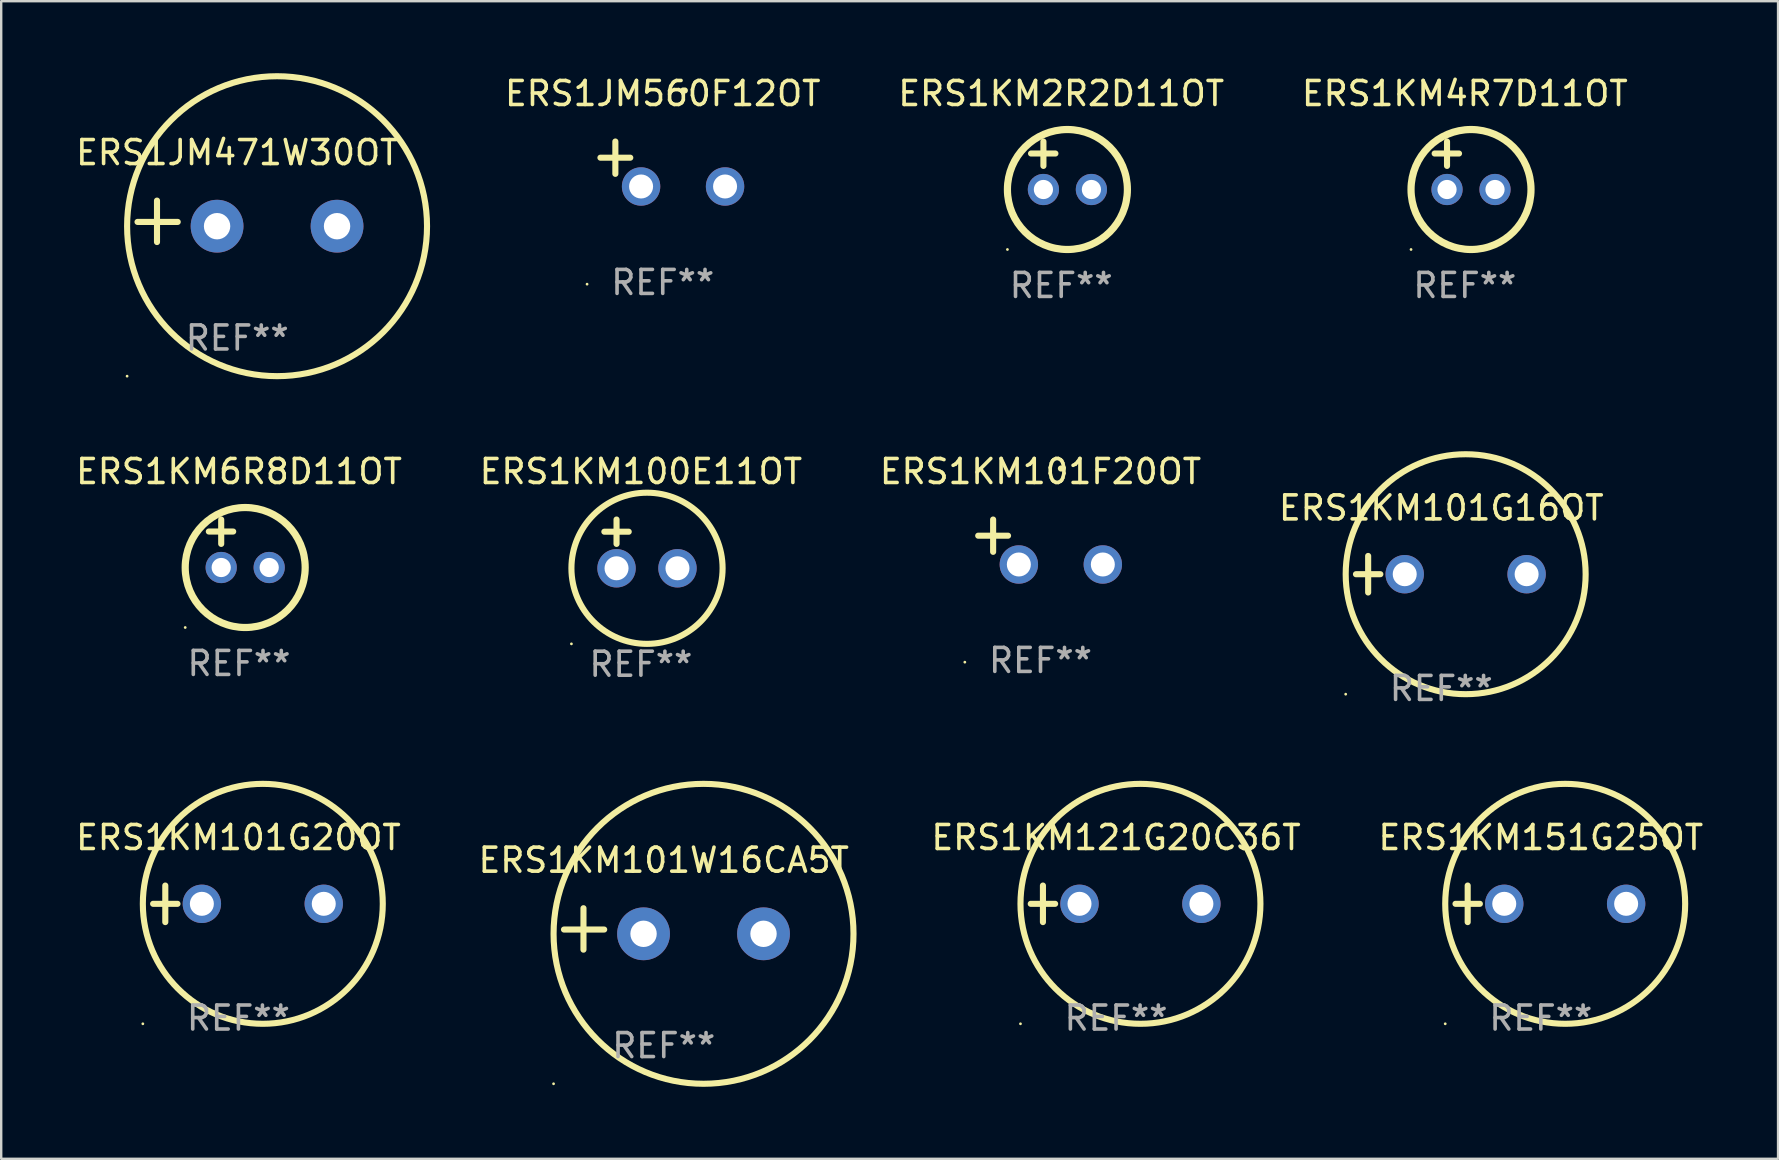
<source format=kicad_pcb>
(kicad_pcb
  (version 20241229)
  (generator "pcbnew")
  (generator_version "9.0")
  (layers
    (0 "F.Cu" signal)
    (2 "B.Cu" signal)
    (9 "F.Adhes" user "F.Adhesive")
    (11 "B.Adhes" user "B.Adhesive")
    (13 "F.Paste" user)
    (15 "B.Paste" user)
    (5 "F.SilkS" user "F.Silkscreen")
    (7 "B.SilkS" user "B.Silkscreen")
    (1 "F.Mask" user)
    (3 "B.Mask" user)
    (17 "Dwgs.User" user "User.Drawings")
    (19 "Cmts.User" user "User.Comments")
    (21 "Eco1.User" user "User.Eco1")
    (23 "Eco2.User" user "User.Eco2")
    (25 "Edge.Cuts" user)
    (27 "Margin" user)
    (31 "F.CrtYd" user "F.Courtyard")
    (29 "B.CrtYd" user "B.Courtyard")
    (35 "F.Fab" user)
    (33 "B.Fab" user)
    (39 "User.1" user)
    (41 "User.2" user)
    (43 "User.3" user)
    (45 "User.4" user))
  (footprint "ERS1KM101F20OT"
    (layer "F.Cu")
    (at 40.315 19.539)
    (property "Reference" "ERS1KM101F20OT" (at 0 -2.937 0) (layer "F.SilkS") (effects (font (size 1 1) (thickness 0.15))))
    (attr through_hole)
    (fp_line (start -1.975 0.41) (end -1.975 -0.937) (stroke (width 0.254) (type solid)) (layer "F.SilkS"))
    (fp_line (start -1.353 -0.263) (end -2.597 -0.263) (stroke (width 0.254) (type solid)) (layer "F.SilkS"))
    (fp_arc (start 0.849809 -3.063957) (mid 0.885369 -3.064114) (end 0.920929 -3.063957) (stroke (width 0.254001) (type solid)) (layer "F.SilkS"))
    (fp_circle (center -3.154 5.008) (end -3.124 5.008) (stroke (width 0.06) (type solid)) (fill no) (layer "F.SilkS"))
    (fp_text user "REF**" (at 0 4.937 0) (layer "F.Fab") (effects (font (size 1 1) (thickness 0.15))))
    (pad "1" thru_hole circle (at -0.903 0.937) (size 1.6 1.6) (drill 1) (layers "*.Cu" "*.Mask"))
    (pad "2" thru_hole circle (at 2.597 0.937) (size 1.6 1.6) (drill 1) (layers "*.Cu" "*.Mask")))
  (footprint "ERS1KM121G20C36T"
    (layer "F.Cu")
    (at 43.464 34.618)
    (property "Reference" "ERS1KM121G20C36T" (at 0 -2.762 0) (layer "F.SilkS") (effects (font (size 1 1) (thickness 0.15))))
    (attr through_hole)
    (fp_line (start -3.556 0) (end -2.54 0) (stroke (width 0.254) (type solid)) (layer "F.SilkS"))
    (fp_line (start -3.048 -0.762) (end -3.048 0.762) (stroke (width 0.254) (type solid)) (layer "F.SilkS"))
    (fp_circle (center -3.984 5) (end -3.954 5) (stroke (width 0.06) (type solid)) (fill no) (layer "F.SilkS"))
    (fp_circle (center 1.016 0) (end 6.016 0) (stroke (width 0.254) (type solid)) (fill no) (layer "F.SilkS"))
    (fp_text user "REF**" (at 0 4.762 0) (layer "F.Fab") (effects (font (size 1 1) (thickness 0.15))))
    (pad "1" thru_hole circle (at -1.524 0) (size 1.6 1.6) (drill 1) (layers "*.Cu" "*.Mask"))
    (pad "2" thru_hole circle (at 3.556 0) (size 1.6 1.6) (drill 1) (layers "*.Cu" "*.Mask")))
  (footprint "ERS1KM101W16CA5T"
    (layer "F.Cu")
    (at 24.613 35.665)
    (property "Reference" "ERS1KM101W16CA5T" (at 0 -2.864 0) (layer "F.SilkS") (effects (font (size 1 1) (thickness 0.15))))
    (attr through_hole)
    (fp_line (start -3.346 0.864) (end -3.346 -0.864) (stroke (width 0.254) (type solid)) (layer "F.SilkS"))
    (fp_line (start -2.482 0.025) (end -4.158 0.025) (stroke (width 0.254) (type solid)) (layer "F.SilkS"))
    (fp_circle (center -4.592 6.453) (end -4.562 6.453) (stroke (width 0.06) (type solid)) (fill no) (layer "F.SilkS"))
    (fp_circle (center 1.658 0.203) (end 7.908 0.203) (stroke (width 0.254) (type solid)) (fill no) (layer "F.SilkS"))
    (fp_text user "REF**" (at 0 4.864 0) (layer "F.Fab") (effects (font (size 1 1) (thickness 0.15))))
    (pad "1" thru_hole circle (at -0.842 0.203) (size 2.2 2.2) (drill 1.1) (layers "*.Cu" "*.Mask"))
    (pad "2" thru_hole circle (at 4.158 0.203) (size 2.2 2.2) (drill 1.1) (layers "*.Cu" "*.Mask")))
  (footprint "ERS1JM471W30OT"
    (layer "F.Cu")
    (at 6.839 6.174)
    (property "Reference" "ERS1JM471W30OT" (at 0 -2.864 0) (layer "F.SilkS") (effects (font (size 1 1) (thickness 0.15))))
    (attr through_hole)
    (fp_line (start -3.346 0.864) (end -3.346 -0.864) (stroke (width 0.254) (type solid)) (layer "F.SilkS"))
    (fp_line (start -2.482 0.025) (end -4.158 0.025) (stroke (width 0.254) (type solid)) (layer "F.SilkS"))
    (fp_circle (center -4.592 6.453) (end -4.562 6.453) (stroke (width 0.06) (type solid)) (fill no) (layer "F.SilkS"))
    (fp_circle (center 1.658 0.203) (end 7.908 0.203) (stroke (width 0.254) (type solid)) (fill no) (layer "F.SilkS"))
    (fp_text user "REF**" (at 0 4.864 0) (layer "F.Fab") (effects (font (size 1 1) (thickness 0.15))))
    (pad "1" thru_hole circle (at -0.842 0.203) (size 2.2 2.2) (drill 1.1) (layers "*.Cu" "*.Mask"))
    (pad "2" thru_hole circle (at 4.158 0.203) (size 2.2 2.2) (drill 1.1) (layers "*.Cu" "*.Mask")))
  (footprint "ERS1KM101G20OT"
    (layer "F.Cu")
    (at 6.887 34.618)
    (property "Reference" "ERS1KM101G20OT" (at 0 -2.762 0) (layer "F.SilkS") (effects (font (size 1 1) (thickness 0.15))))
    (attr through_hole)
    (fp_line (start -3.556 0) (end -2.54 0) (stroke (width 0.254) (type solid)) (layer "F.SilkS"))
    (fp_line (start -3.048 -0.762) (end -3.048 0.762) (stroke (width 0.254) (type solid)) (layer "F.SilkS"))
    (fp_circle (center -3.984 5) (end -3.954 5) (stroke (width 0.06) (type solid)) (fill no) (layer "F.SilkS"))
    (fp_circle (center 1.016 0) (end 6.016 0) (stroke (width 0.254) (type solid)) (fill no) (layer "F.SilkS"))
    (fp_text user "REF**" (at 0 4.762 0) (layer "F.Fab") (effects (font (size 1 1) (thickness 0.15))))
    (pad "1" thru_hole circle (at -1.524 0) (size 1.6 1.6) (drill 1) (layers "*.Cu" "*.Mask"))
    (pad "2" thru_hole circle (at 3.556 0) (size 1.6 1.6) (drill 1) (layers "*.Cu" "*.Mask")))
  (footprint "ERS1KM2R2D11OT"
    (layer "F.Cu")
    (at 41.178 3.848)
    (property "Reference" "ERS1KM2R2D11OT" (at 0 -3 0) (layer "F.SilkS") (effects (font (size 1 1) (thickness 0.15))))
    (attr through_hole)
    (fp_line (start -1.258 -0.5) (end -0.242 -0.5) (stroke (width 0.254) (type solid)) (layer "F.SilkS"))
    (fp_line (start -0.742 -1) (end -0.742 0.016) (stroke (width 0.254) (type solid)) (layer "F.SilkS"))
    (fp_circle (center -2.242 3.5) (end -2.212 3.5) (stroke (width 0.06) (type solid)) (fill no) (layer "F.SilkS"))
    (fp_circle (center 0.258 1) (end 2.758 1) (stroke (width 0.3) (type solid)) (fill no) (layer "F.SilkS"))
    (fp_text user "REF**" (at 0 5 0) (layer "F.Fab") (effects (font (size 1 1) (thickness 0.15))))
    (pad "1" thru_hole circle (at -0.742 1) (size 1.3 1.3) (drill 0.8) (layers "*.Cu" "*.Mask"))
    (pad "2" thru_hole circle (at 1.258 1) (size 1.3 1.3) (drill 0.8) (layers "*.Cu" "*.Mask")))
  (footprint "ERS1JM560F12OT"
    (layer "F.Cu")
    (at 24.571 3.785)
    (property "Reference" "ERS1JM560F12OT" (at 0 -2.937 0) (layer "F.SilkS") (effects (font (size 1 1) (thickness 0.15))))
    (attr through_hole)
    (fp_line (start -1.975 0.41) (end -1.975 -0.937) (stroke (width 0.254) (type solid)) (layer "F.SilkS"))
    (fp_line (start -1.353 -0.263) (end -2.597 -0.263) (stroke (width 0.254) (type solid)) (layer "F.SilkS"))
    (fp_arc (start 0.849809 -3.063957) (mid 0.885369 -3.064114) (end 0.920929 -3.063957) (stroke (width 0.254001) (type solid)) (layer "F.SilkS"))
    (fp_circle (center -3.154 5.008) (end -3.124 5.008) (stroke (width 0.06) (type solid)) (fill no) (layer "F.SilkS"))
    (fp_text user "REF**" (at 0 4.937 0) (layer "F.Fab") (effects (font (size 1 1) (thickness 0.15))))
    (pad "1" thru_hole circle (at -0.903 0.937) (size 1.6 1.6) (drill 1) (layers "*.Cu" "*.Mask"))
    (pad "2" thru_hole circle (at 2.597 0.937) (size 1.6 1.6) (drill 1) (layers "*.Cu" "*.Mask")))
  (footprint "ERS1KM4R7D11OT"
    (layer "F.Cu")
    (at 57.999 3.848)
    (property "Reference" "ERS1KM4R7D11OT" (at 0 -3 0) (layer "F.SilkS") (effects (font (size 1 1) (thickness 0.15))))
    (attr through_hole)
    (fp_line (start -1.258 -0.5) (end -0.242 -0.5) (stroke (width 0.254) (type solid)) (layer "F.SilkS"))
    (fp_line (start -0.742 -1) (end -0.742 0.016) (stroke (width 0.254) (type solid)) (layer "F.SilkS"))
    (fp_circle (center -2.242 3.5) (end -2.212 3.5) (stroke (width 0.06) (type solid)) (fill no) (layer "F.SilkS"))
    (fp_circle (center 0.258 1) (end 2.758 1) (stroke (width 0.3) (type solid)) (fill no) (layer "F.SilkS"))
    (fp_text user "REF**" (at 0 5 0) (layer "F.Fab") (effects (font (size 1 1) (thickness 0.15))))
    (pad "1" thru_hole circle (at -0.742 1) (size 1.3 1.3) (drill 0.8) (layers "*.Cu" "*.Mask"))
    (pad "2" thru_hole circle (at 1.258 1) (size 1.3 1.3) (drill 0.8) (layers "*.Cu" "*.Mask")))
  (footprint "ERS1KM101G16OT"
    (layer "F.Cu")
    (at 57.018 20.881)
    (property "Reference" "ERS1KM101G16OT" (at 0 -2.762 0) (layer "F.SilkS") (effects (font (size 1 1) (thickness 0.15))))
    (attr through_hole)
    (fp_line (start -3.556 0) (end -2.54 0) (stroke (width 0.254) (type solid)) (layer "F.SilkS"))
    (fp_line (start -3.048 -0.762) (end -3.048 0.762) (stroke (width 0.254) (type solid)) (layer "F.SilkS"))
    (fp_circle (center -3.984 5) (end -3.954 5) (stroke (width 0.06) (type solid)) (fill no) (layer "F.SilkS"))
    (fp_circle (center 1.016 0) (end 6.016 0) (stroke (width 0.254) (type solid)) (fill no) (layer "F.SilkS"))
    (fp_text user "REF**" (at 0 4.762 0) (layer "F.Fab") (effects (font (size 1 1) (thickness 0.15))))
    (pad "1" thru_hole circle (at -1.524 0) (size 1.6 1.6) (drill 1) (layers "*.Cu" "*.Mask"))
    (pad "2" thru_hole circle (at 3.556 0) (size 1.6 1.6) (drill 1) (layers "*.Cu" "*.Mask")))
  (footprint "ERS1KM6R8D11OT"
    (layer "F.Cu")
    (at 6.911 19.602)
    (property "Reference" "ERS1KM6R8D11OT" (at 0 -3 0) (layer "F.SilkS") (effects (font (size 1 1) (thickness 0.15))))
    (attr through_hole)
    (fp_line (start -1.258 -0.5) (end -0.242 -0.5) (stroke (width 0.254) (type solid)) (layer "F.SilkS"))
    (fp_line (start -0.742 -1) (end -0.742 0.016) (stroke (width 0.254) (type solid)) (layer "F.SilkS"))
    (fp_circle (center -2.242 3.5) (end -2.212 3.5) (stroke (width 0.06) (type solid)) (fill no) (layer "F.SilkS"))
    (fp_circle (center 0.258 1) (end 2.758 1) (stroke (width 0.3) (type solid)) (fill no) (layer "F.SilkS"))
    (fp_text user "REF**" (at 0 5 0) (layer "F.Fab") (effects (font (size 1 1) (thickness 0.15))))
    (pad "1" thru_hole circle (at -0.742 1) (size 1.3 1.3) (drill 0.8) (layers "*.Cu" "*.Mask"))
    (pad "2" thru_hole circle (at 1.258 1) (size 1.3 1.3) (drill 0.8) (layers "*.Cu" "*.Mask")))
  (footprint "ERS1KM100E11OT"
    (layer "F.Cu")
    (at 23.661 19.618)
    (property "Reference" "ERS1KM100E11OT" (at 0 -3.016 0) (layer "F.SilkS") (effects (font (size 1 1) (thickness 0.15))))
    (attr through_hole)
    (fp_line (start -1.524 -0.508) (end -0.508 -0.508) (stroke (width 0.254) (type solid)) (layer "F.SilkS"))
    (fp_line (start -1.016 -1.016) (end -1.016 0) (stroke (width 0.254) (type solid)) (layer "F.SilkS"))
    (fp_circle (center -2.896 4.166) (end -2.866 4.166) (stroke (width 0.06) (type solid)) (fill no) (layer "F.SilkS"))
    (fp_circle (center 0.254 1.016) (end 3.404 1.016) (stroke (width 0.254) (type solid)) (fill no) (layer "F.SilkS"))
    (fp_text user "REF**" (at 0 5.016 0) (layer "F.Fab") (effects (font (size 1 1) (thickness 0.15))))
    (pad "1" thru_hole circle (at -1.016 1.016) (size 1.6 1.6) (drill 1) (layers "*.Cu" "*.Mask"))
    (pad "2" thru_hole circle (at 1.524 1.016) (size 1.6 1.6) (drill 1) (layers "*.Cu" "*.Mask")))
  (footprint "ERS1KM151G25OT"
    (layer "F.Cu")
    (at 61.166 34.618)
    (property "Reference" "ERS1KM151G25OT" (at 0 -2.762 0) (layer "F.SilkS") (effects (font (size 1 1) (thickness 0.15))))
    (attr through_hole)
    (fp_line (start -3.556 0) (end -2.54 0) (stroke (width 0.254) (type solid)) (layer "F.SilkS"))
    (fp_line (start -3.048 -0.762) (end -3.048 0.762) (stroke (width 0.254) (type solid)) (layer "F.SilkS"))
    (fp_circle (center -3.984 5) (end -3.954 5) (stroke (width 0.06) (type solid)) (fill no) (layer "F.SilkS"))
    (fp_circle (center 1.016 0) (end 6.016 0) (stroke (width 0.254) (type solid)) (fill no) (layer "F.SilkS"))
    (fp_text user "REF**" (at 0 4.762 0) (layer "F.Fab") (effects (font (size 1 1) (thickness 0.15))))
    (pad "1" thru_hole circle (at -1.524 0) (size 1.6 1.6) (drill 1) (layers "*.Cu" "*.Mask"))
    (pad "2" thru_hole circle (at 3.556 0) (size 1.6 1.6) (drill 1) (layers "*.Cu" "*.Mask")))
  (gr_rect
    (start -3 -3)
    (end 71.053 45.245)
    (stroke (width 0.1) (type default))
    (fill no)
    (layer "Edge.Cuts")))
</source>
